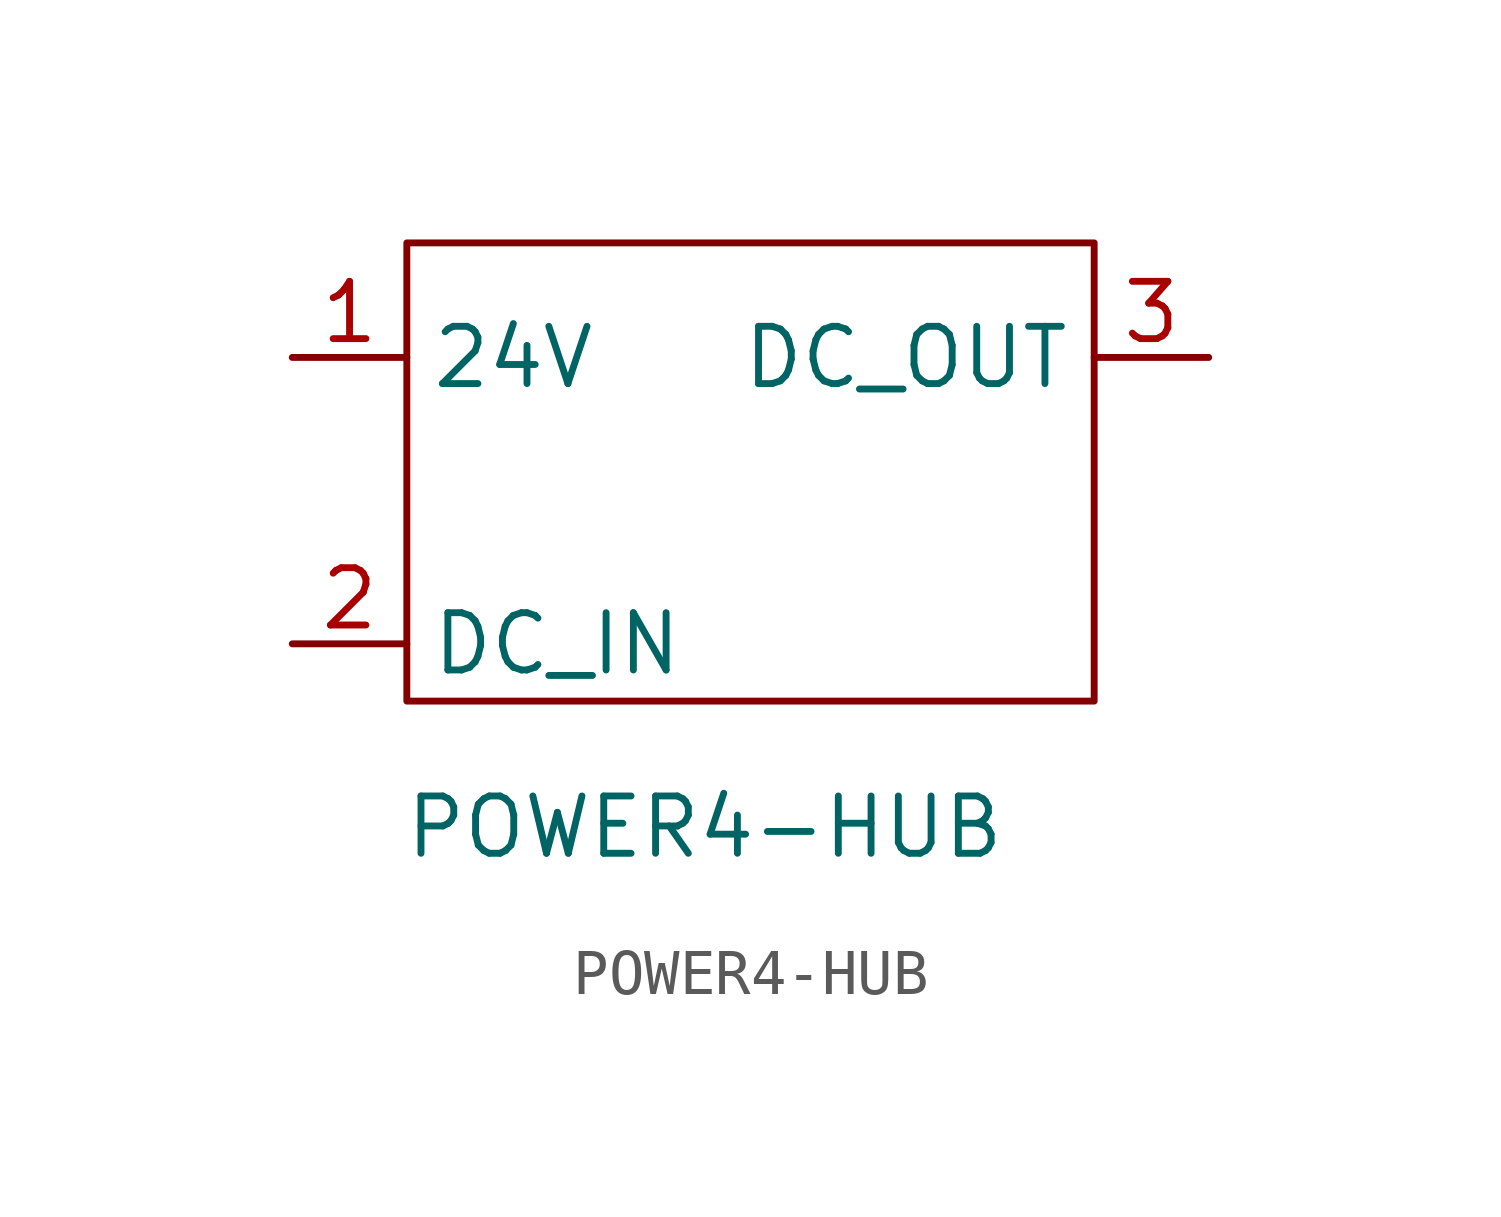
<source format=kicad_sym>
(kicad_symbol_lib
  (version 20241209)
  (generator "kicad_symbol_editor")
  (generator_version "9.0")
  (symbol "POWER4-HUB"
    (property "Reference" "PH"
      (at 0 7.62 0)
      (effects (font (size 1.27 1.27)) (hide yes)))
    (property "Value" "POWER4-HUB"
      (at 0.254 -7.874 0)
      (effects (font (size 1.27 1.27))))
    (symbol "POWER4-HUB_0_1"
      (rectangle (start -6.35 5.08) (end 8.89 -5.08) (stroke (width 0) (type default)) (fill (type none))))
    (symbol "POWER4-HUB_1_1"
      (pin power_in line (at -8.89 2.54 0) (length 2.54) (name "24V" (effects (font (size 1.27 1.27)))) (number "1" (effects (font (size 1.27 1.27)))))
      (pin power_in line (at -8.89 -3.81 0) (length 2.54) (name "DC_IN" (effects (font (size 1.27 1.27)))) (number "2" (effects (font (size 1.27 1.27)))))
      (pin power_out line (at 11.43 2.54 180) (length 2.54) (name "DC_OUT" (effects (font (size 1.27 1.27)))) (number "3" (effects (font (size 1.27 1.27))))))))
</source>
